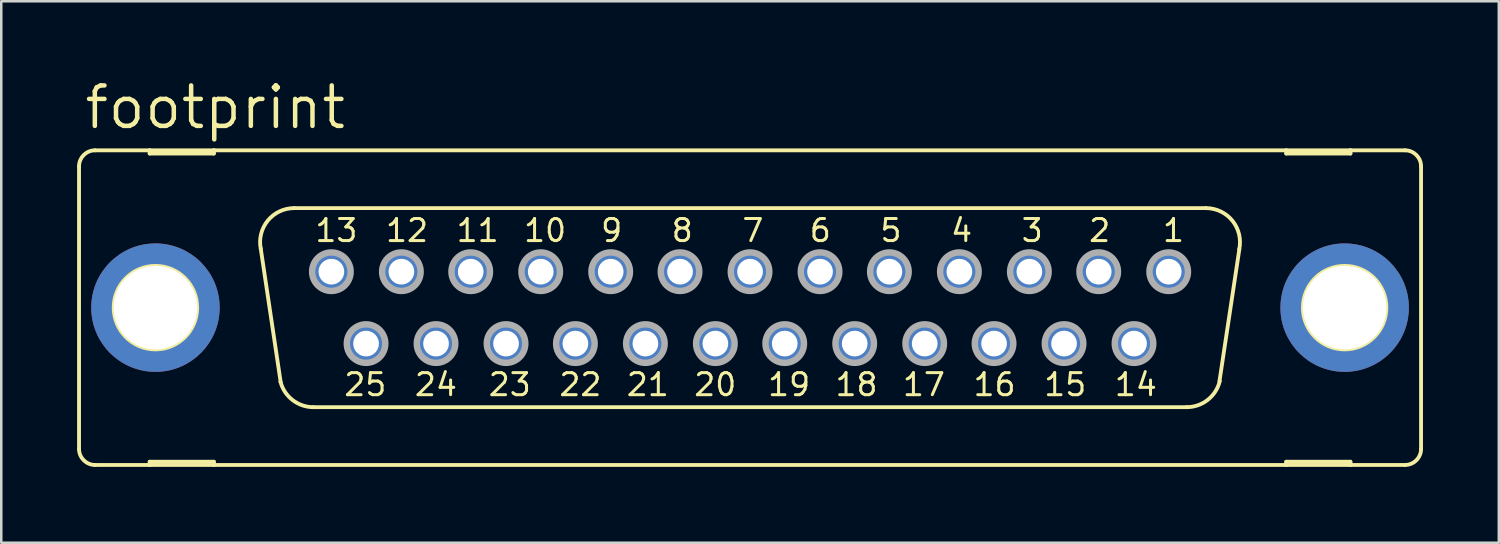
<source format=kicad_pcb>
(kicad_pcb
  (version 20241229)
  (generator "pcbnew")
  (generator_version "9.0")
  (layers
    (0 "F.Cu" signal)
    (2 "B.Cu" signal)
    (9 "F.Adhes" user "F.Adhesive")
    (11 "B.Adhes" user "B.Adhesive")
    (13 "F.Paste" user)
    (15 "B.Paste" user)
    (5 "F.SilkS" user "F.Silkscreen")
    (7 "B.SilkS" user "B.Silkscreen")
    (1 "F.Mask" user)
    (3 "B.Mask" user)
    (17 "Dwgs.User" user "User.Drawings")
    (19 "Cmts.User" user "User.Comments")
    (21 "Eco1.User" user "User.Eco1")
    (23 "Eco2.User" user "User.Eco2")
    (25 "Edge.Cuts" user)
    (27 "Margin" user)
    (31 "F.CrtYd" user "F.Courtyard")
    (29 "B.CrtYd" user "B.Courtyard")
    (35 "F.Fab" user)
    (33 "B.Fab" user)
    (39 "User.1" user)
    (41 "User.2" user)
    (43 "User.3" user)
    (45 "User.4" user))
  (footprint "footprint"
    (layer "F.Cu")
    (at 26.619 9.119)
    (property "Reference" "footprint" (at -26.416 -6.985 0) (layer "F.SilkS") (effects (font (size 1.6 1.6) (thickness 0.178)) (justify left bottom)))
    (fp_line (start -26.543 -5.588) (end -26.543 5.588) (stroke (width 0.152) (type solid)) (layer "F.SilkS"))
    (fp_line (start -25.908 6.223) (end -23.749 6.223) (stroke (width 0.152) (type solid)) (layer "F.SilkS"))
    (fp_line (start -23.749 -6.223) (end -25.908 -6.223) (stroke (width 0.152) (type solid)) (layer "F.SilkS"))
    (fp_line (start -23.749 -6.223) (end -23.749 -6.096) (stroke (width 0.152) (type solid)) (layer "F.SilkS"))
    (fp_line (start -23.749 -6.096) (end -21.209 -6.096) (stroke (width 0.152) (type solid)) (layer "F.SilkS"))
    (fp_line (start -23.749 6.096) (end -21.209 6.096) (stroke (width 0.152) (type solid)) (layer "F.SilkS"))
    (fp_line (start -23.749 6.223) (end -23.749 6.096) (stroke (width 0.152) (type solid)) (layer "F.SilkS"))
    (fp_line (start -23.749 6.223) (end -21.209 6.223) (stroke (width 0.152) (type solid)) (layer "F.SilkS"))
    (fp_line (start -21.209 -6.223) (end -23.749 -6.223) (stroke (width 0.152) (type solid)) (layer "F.SilkS"))
    (fp_line (start -21.209 -6.096) (end -21.209 -6.223) (stroke (width 0.152) (type solid)) (layer "F.SilkS"))
    (fp_line (start -21.209 6.096) (end -21.209 6.223) (stroke (width 0.152) (type solid)) (layer "F.SilkS"))
    (fp_line (start -21.209 6.223) (end 21.209 6.223) (stroke (width 0.152) (type solid)) (layer "F.SilkS"))
    (fp_line (start -18.567 2.946) (end -19.355 -2.337) (stroke (width 0.152) (type solid)) (layer "F.SilkS"))
    (fp_line (start -18.034 -3.937) (end 18.034 -3.937) (stroke (width 0.152) (type solid)) (layer "F.SilkS"))
    (fp_line (start -17.272 3.937) (end 17.272 3.937) (stroke (width 0.152) (type solid)) (layer "F.SilkS"))
    (fp_line (start 19.355 -2.311) (end 18.567 2.921) (stroke (width 0.152) (type solid)) (layer "F.SilkS"))
    (fp_line (start 21.209 -6.223) (end -21.209 -6.223) (stroke (width 0.152) (type solid)) (layer "F.SilkS"))
    (fp_line (start 21.209 -6.223) (end 21.209 -6.096) (stroke (width 0.152) (type solid)) (layer "F.SilkS"))
    (fp_line (start 21.209 -6.096) (end 23.749 -6.096) (stroke (width 0.152) (type solid)) (layer "F.SilkS"))
    (fp_line (start 21.209 6.096) (end 23.749 6.096) (stroke (width 0.152) (type solid)) (layer "F.SilkS"))
    (fp_line (start 21.209 6.223) (end 21.209 6.096) (stroke (width 0.152) (type solid)) (layer "F.SilkS"))
    (fp_line (start 21.209 6.223) (end 23.749 6.223) (stroke (width 0.152) (type solid)) (layer "F.SilkS"))
    (fp_line (start 23.749 -6.223) (end 21.209 -6.223) (stroke (width 0.152) (type solid)) (layer "F.SilkS"))
    (fp_line (start 23.749 -6.096) (end 23.749 -6.223) (stroke (width 0.152) (type solid)) (layer "F.SilkS"))
    (fp_line (start 23.749 6.096) (end 23.749 6.223) (stroke (width 0.152) (type solid)) (layer "F.SilkS"))
    (fp_line (start 23.749 6.223) (end 25.908 6.223) (stroke (width 0.152) (type solid)) (layer "F.SilkS"))
    (fp_line (start 25.908 -6.223) (end 23.749 -6.223) (stroke (width 0.152) (type solid)) (layer "F.SilkS"))
    (fp_line (start 26.543 -5.588) (end 26.543 5.588) (stroke (width 0.152) (type solid)) (layer "F.SilkS"))
    (fp_arc (start -26.543 -5.588) (mid -26.357013 -6.037013) (end -25.908 -6.223) (stroke (width 0.1524) (type solid)) (layer "F.SilkS"))
    (fp_arc (start -25.908 6.223) (mid -26.357013 6.037013) (end -26.543 5.588) (stroke (width 0.1524) (type solid)) (layer "F.SilkS"))
    (fp_arc (start -19.3541 -2.3268) (mid -19.075082 -3.444284) (end -18.034 -3.937) (stroke (width 0.1524) (type solid)) (layer "F.SilkS"))
    (fp_arc (start -17.272 3.937) (mid -18.0955 3.655745) (end -18.5749 2.9295) (stroke (width 0.1524) (type solid)) (layer "F.SilkS"))
    (fp_arc (start 18.034 -3.937) (mid 19.082557 -3.435183) (end 19.349499 -2.303798) (stroke (width 0.1524) (type solid)) (layer "F.SilkS"))
    (fp_arc (start 18.580701 2.904999) (mid 18.105257 3.647874) (end 17.272 3.937) (stroke (width 0.1524) (type solid)) (layer "F.SilkS"))
    (fp_arc (start 25.908 -6.223) (mid 26.357013 -6.037013) (end 26.543 -5.588) (stroke (width 0.1524) (type solid)) (layer "F.SilkS"))
    (fp_arc (start 26.543 5.588) (mid 26.357013 6.037013) (end 25.908 6.223) (stroke (width 0.1524) (type solid)) (layer "F.SilkS"))
    (fp_circle (center -23.52 0) (end -21.869 0) (stroke (width 0.152) (type solid)) (fill no) (layer "F.SilkS"))
    (fp_circle (center 23.52 0) (end 25.171 0) (stroke (width 0.152) (type solid)) (fill no) (layer "F.SilkS"))
    (fp_circle (center -16.561 -1.422) (end -15.799 -1.422) (stroke (width 0.254) (type solid)) (fill no) (layer "F.Fab"))
    (fp_circle (center -15.189 1.422) (end -14.427 1.422) (stroke (width 0.254) (type solid)) (fill no) (layer "F.Fab"))
    (fp_circle (center -13.792 -1.422) (end -13.03 -1.422) (stroke (width 0.254) (type solid)) (fill no) (layer "F.Fab"))
    (fp_circle (center -12.421 1.422) (end -11.659 1.422) (stroke (width 0.254) (type solid)) (fill no) (layer "F.Fab"))
    (fp_circle (center -11.049 -1.422) (end -10.287 -1.422) (stroke (width 0.254) (type solid)) (fill no) (layer "F.Fab"))
    (fp_circle (center -9.652 1.422) (end -8.89 1.422) (stroke (width 0.254) (type solid)) (fill no) (layer "F.Fab"))
    (fp_circle (center -8.28 -1.422) (end -7.518 -1.422) (stroke (width 0.254) (type solid)) (fill no) (layer "F.Fab"))
    (fp_circle (center -6.909 1.422) (end -6.147 1.422) (stroke (width 0.254) (type solid)) (fill no) (layer "F.Fab"))
    (fp_circle (center -5.512 -1.422) (end -4.75 -1.422) (stroke (width 0.254) (type solid)) (fill no) (layer "F.Fab"))
    (fp_circle (center -4.14 1.422) (end -3.378 1.422) (stroke (width 0.254) (type solid)) (fill no) (layer "F.Fab"))
    (fp_circle (center -2.769 -1.422) (end -2.007 -1.422) (stroke (width 0.254) (type solid)) (fill no) (layer "F.Fab"))
    (fp_circle (center -1.372 1.422) (end -0.61 1.422) (stroke (width 0.254) (type solid)) (fill no) (layer "F.Fab"))
    (fp_circle (center 0 -1.422) (end 0.762 -1.422) (stroke (width 0.254) (type solid)) (fill no) (layer "F.Fab"))
    (fp_circle (center 1.372 1.422) (end 2.134 1.422) (stroke (width 0.254) (type solid)) (fill no) (layer "F.Fab"))
    (fp_circle (center 2.769 -1.422) (end 3.531 -1.422) (stroke (width 0.254) (type solid)) (fill no) (layer "F.Fab"))
    (fp_circle (center 4.14 1.422) (end 4.902 1.422) (stroke (width 0.254) (type solid)) (fill no) (layer "F.Fab"))
    (fp_circle (center 5.512 -1.422) (end 6.274 -1.422) (stroke (width 0.254) (type solid)) (fill no) (layer "F.Fab"))
    (fp_circle (center 6.909 1.422) (end 7.671 1.422) (stroke (width 0.254) (type solid)) (fill no) (layer "F.Fab"))
    (fp_circle (center 8.28 -1.422) (end 9.042 -1.422) (stroke (width 0.254) (type solid)) (fill no) (layer "F.Fab"))
    (fp_circle (center 9.652 1.422) (end 10.414 1.422) (stroke (width 0.254) (type solid)) (fill no) (layer "F.Fab"))
    (fp_circle (center 11.049 -1.422) (end 11.811 -1.422) (stroke (width 0.254) (type solid)) (fill no) (layer "F.Fab"))
    (fp_circle (center 12.421 1.422) (end 13.183 1.422) (stroke (width 0.254) (type solid)) (fill no) (layer "F.Fab"))
    (fp_circle (center 13.792 -1.422) (end 14.554 -1.422) (stroke (width 0.254) (type solid)) (fill no) (layer "F.Fab"))
    (fp_circle (center 15.189 1.422) (end 15.951 1.422) (stroke (width 0.254) (type solid)) (fill no) (layer "F.Fab"))
    (fp_circle (center 16.561 -1.422) (end 17.323 -1.422) (stroke (width 0.254) (type solid)) (fill no) (layer "F.Fab"))
    (fp_text user "5" (at 5.08 -2.54 0) (layer "F.SilkS") (effects (font (size 0.872 0.872) (thickness 0.119)) (justify left bottom)))
    (fp_text user "13" (at -17.272 -2.54 0) (layer "F.SilkS") (effects (font (size 0.872 0.872) (thickness 0.119)) (justify left bottom)))
    (fp_text user "9" (at -5.969 -2.54 0) (layer "F.SilkS") (effects (font (size 0.872 0.872) (thickness 0.119)) (justify left bottom)))
    (fp_text user "21" (at -4.953 3.556 0) (layer "F.SilkS") (effects (font (size 0.872 0.872) (thickness 0.119)) (justify left bottom)))
    (fp_text user "8" (at -3.175 -2.54 0) (layer "F.SilkS") (effects (font (size 0.872 0.872) (thickness 0.119)) (justify left bottom)))
    (fp_text user "16" (at 8.763 3.556 0) (layer "F.SilkS") (effects (font (size 0.872 0.872) (thickness 0.119)) (justify left bottom)))
    (fp_text user "19" (at 0.635 3.556 0) (layer "F.SilkS") (effects (font (size 0.872 0.872) (thickness 0.119)) (justify left bottom)))
    (fp_text user "15" (at 11.557 3.556 0) (layer "F.SilkS") (effects (font (size 0.872 0.872) (thickness 0.119)) (justify left bottom)))
    (fp_text user "1" (at 16.256 -2.54 0) (layer "F.SilkS") (effects (font (size 0.872 0.872) (thickness 0.119)) (justify left bottom)))
    (fp_text user "20" (at -2.286 3.556 0) (layer "F.SilkS") (effects (font (size 0.872 0.872) (thickness 0.119)) (justify left bottom)))
    (fp_text user "12" (at -14.478 -2.54 0) (layer "F.SilkS") (effects (font (size 0.872 0.872) (thickness 0.119)) (justify left bottom)))
    (fp_text user "2" (at 13.335 -2.54 0) (layer "F.SilkS") (effects (font (size 0.872 0.872) (thickness 0.119)) (justify left bottom)))
    (fp_text user "24" (at -13.335 3.556 0) (layer "F.SilkS") (effects (font (size 0.872 0.872) (thickness 0.119)) (justify left bottom)))
    (fp_text user "4" (at 7.874 -2.54 0) (layer "F.SilkS") (effects (font (size 0.872 0.872) (thickness 0.119)) (justify left bottom)))
    (fp_text user "6" (at 2.286 -2.54 0) (layer "F.SilkS") (effects (font (size 0.872 0.872) (thickness 0.119)) (justify left bottom)))
    (fp_text user "11" (at -11.684 -2.54 0) (layer "F.SilkS") (effects (font (size 0.872 0.872) (thickness 0.119)) (justify left bottom)))
    (fp_text user "7" (at -0.381 -2.54 0) (layer "F.SilkS") (effects (font (size 0.872 0.872) (thickness 0.119)) (justify left bottom)))
    (fp_text user "17" (at 5.969 3.556 0) (layer "F.SilkS") (effects (font (size 0.872 0.872) (thickness 0.119)) (justify left bottom)))
    (fp_text user "14" (at 14.351 3.556 0) (layer "F.SilkS") (effects (font (size 0.872 0.872) (thickness 0.119)) (justify left bottom)))
    (fp_text user "10" (at -9.017 -2.54 0) (layer "F.SilkS") (effects (font (size 0.872 0.872) (thickness 0.119)) (justify left bottom)))
    (fp_text user "22" (at -7.62 3.556 0) (layer "F.SilkS") (effects (font (size 0.872 0.872) (thickness 0.119)) (justify left bottom)))
    (fp_text user "18" (at 3.302 3.556 0) (layer "F.SilkS") (effects (font (size 0.872 0.872) (thickness 0.119)) (justify left bottom)))
    (fp_text user "3" (at 10.668 -2.54 0) (layer "F.SilkS") (effects (font (size 0.872 0.872) (thickness 0.119)) (justify left bottom)))
    (fp_text user "23" (at -10.414 3.556 0) (layer "F.SilkS") (effects (font (size 0.872 0.872) (thickness 0.119)) (justify left bottom)))
    (fp_text user "25" (at -16.129 3.556 0) (layer "F.SilkS") (effects (font (size 0.872 0.872) (thickness 0.119)) (justify left bottom)))
    (pad "1" thru_hole roundrect (at 16.561 -1.422) (size 1.524 1.524) (drill 1.016) (layers "*.Cu" "*.Mask") (roundrect_rratio 0.25) (chamfer_ratio 0.25) (chamfer top_left top_right bottom_left bottom_right))
    (pad "2" thru_hole roundrect (at 13.792 -1.422) (size 1.524 1.524) (drill 1.016) (layers "*.Cu" "*.Mask") (roundrect_rratio 0.25) (chamfer_ratio 0.25) (chamfer top_left top_right bottom_left bottom_right))
    (pad "3" thru_hole roundrect (at 11.049 -1.422) (size 1.524 1.524) (drill 1.016) (layers "*.Cu" "*.Mask") (roundrect_rratio 0.25) (chamfer_ratio 0.25) (chamfer top_left top_right bottom_left bottom_right))
    (pad "4" thru_hole roundrect (at 8.28 -1.422) (size 1.524 1.524) (drill 1.016) (layers "*.Cu" "*.Mask") (roundrect_rratio 0.25) (chamfer_ratio 0.25) (chamfer top_left top_right bottom_left bottom_right))
    (pad "5" thru_hole roundrect (at 5.512 -1.422) (size 1.524 1.524) (drill 1.016) (layers "*.Cu" "*.Mask") (roundrect_rratio 0.25) (chamfer_ratio 0.25) (chamfer top_left top_right bottom_left bottom_right))
    (pad "6" thru_hole roundrect (at 2.769 -1.422) (size 1.524 1.524) (drill 1.016) (layers "*.Cu" "*.Mask") (roundrect_rratio 0.25) (chamfer_ratio 0.25) (chamfer top_left top_right bottom_left bottom_right))
    (pad "7" thru_hole roundrect (at 0 -1.422) (size 1.524 1.524) (drill 1.016) (layers "*.Cu" "*.Mask") (roundrect_rratio 0.25) (chamfer_ratio 0.25) (chamfer top_left top_right bottom_left bottom_right))
    (pad "8" thru_hole roundrect (at -2.769 -1.422) (size 1.524 1.524) (drill 1.016) (layers "*.Cu" "*.Mask") (roundrect_rratio 0.25) (chamfer_ratio 0.25) (chamfer top_left top_right bottom_left bottom_right))
    (pad "9" thru_hole roundrect (at -5.512 -1.422) (size 1.524 1.524) (drill 1.016) (layers "*.Cu" "*.Mask") (roundrect_rratio 0.25) (chamfer_ratio 0.25) (chamfer top_left top_right bottom_left bottom_right))
    (pad "10" thru_hole roundrect (at -8.28 -1.422) (size 1.524 1.524) (drill 1.016) (layers "*.Cu" "*.Mask") (roundrect_rratio 0.25) (chamfer_ratio 0.25) (chamfer top_left top_right bottom_left bottom_right))
    (pad "11" thru_hole roundrect (at -11.049 -1.422) (size 1.524 1.524) (drill 1.016) (layers "*.Cu" "*.Mask") (roundrect_rratio 0.25) (chamfer_ratio 0.25) (chamfer top_left top_right bottom_left bottom_right))
    (pad "12" thru_hole roundrect (at -13.792 -1.422) (size 1.524 1.524) (drill 1.016) (layers "*.Cu" "*.Mask") (roundrect_rratio 0.25) (chamfer_ratio 0.25) (chamfer top_left top_right bottom_left bottom_right))
    (pad "13" thru_hole roundrect (at -16.561 -1.422) (size 1.524 1.524) (drill 1.016) (layers "*.Cu" "*.Mask") (roundrect_rratio 0.25) (chamfer_ratio 0.25) (chamfer top_left top_right bottom_left bottom_right))
    (pad "14" thru_hole roundrect (at 15.189 1.422) (size 1.524 1.524) (drill 1.016) (layers "*.Cu" "*.Mask") (roundrect_rratio 0.25) (chamfer_ratio 0.25) (chamfer top_left top_right bottom_left bottom_right))
    (pad "15" thru_hole roundrect (at 12.421 1.422) (size 1.524 1.524) (drill 1.016) (layers "*.Cu" "*.Mask") (roundrect_rratio 0.25) (chamfer_ratio 0.25) (chamfer top_left top_right bottom_left bottom_right))
    (pad "16" thru_hole roundrect (at 9.652 1.422) (size 1.524 1.524) (drill 1.016) (layers "*.Cu" "*.Mask") (roundrect_rratio 0.25) (chamfer_ratio 0.25) (chamfer top_left top_right bottom_left bottom_right))
    (pad "17" thru_hole roundrect (at 6.909 1.422) (size 1.524 1.524) (drill 1.016) (layers "*.Cu" "*.Mask") (roundrect_rratio 0.25) (chamfer_ratio 0.25) (chamfer top_left top_right bottom_left bottom_right))
    (pad "18" thru_hole roundrect (at 4.14 1.422) (size 1.524 1.524) (drill 1.016) (layers "*.Cu" "*.Mask") (roundrect_rratio 0.25) (chamfer_ratio 0.25) (chamfer top_left top_right bottom_left bottom_right))
    (pad "19" thru_hole roundrect (at 1.372 1.422) (size 1.524 1.524) (drill 1.016) (layers "*.Cu" "*.Mask") (roundrect_rratio 0.25) (chamfer_ratio 0.25) (chamfer top_left top_right bottom_left bottom_right))
    (pad "20" thru_hole roundrect (at -1.372 1.422) (size 1.524 1.524) (drill 1.016) (layers "*.Cu" "*.Mask") (roundrect_rratio 0.25) (chamfer_ratio 0.25) (chamfer top_left top_right bottom_left bottom_right))
    (pad "21" thru_hole roundrect (at -4.14 1.422) (size 1.524 1.524) (drill 1.016) (layers "*.Cu" "*.Mask") (roundrect_rratio 0.25) (chamfer_ratio 0.25) (chamfer top_left top_right bottom_left bottom_right))
    (pad "22" thru_hole roundrect (at -6.909 1.422) (size 1.524 1.524) (drill 1.016) (layers "*.Cu" "*.Mask") (roundrect_rratio 0.25) (chamfer_ratio 0.25) (chamfer top_left top_right bottom_left bottom_right))
    (pad "23" thru_hole roundrect (at -9.652 1.422) (size 1.524 1.524) (drill 1.016) (layers "*.Cu" "*.Mask") (roundrect_rratio 0.25) (chamfer_ratio 0.25) (chamfer top_left top_right bottom_left bottom_right))
    (pad "24" thru_hole roundrect (at -12.421 1.422) (size 1.524 1.524) (drill 1.016) (layers "*.Cu" "*.Mask") (roundrect_rratio 0.25) (chamfer_ratio 0.25) (chamfer top_left top_right bottom_left bottom_right))
    (pad "25" thru_hole roundrect (at -15.189 1.422) (size 1.524 1.524) (drill 1.016) (layers "*.Cu" "*.Mask") (roundrect_rratio 0.25) (chamfer_ratio 0.25) (chamfer top_left top_right bottom_left bottom_right))
    (pad "G1" thru_hole circle (at -23.52 0) (size 5.08 5.08) (drill 3.302) (layers "*.Cu" "*.Mask"))
    (pad "G2" thru_hole circle (at 23.52 0) (size 5.08 5.08) (drill 3.302) (layers "*.Cu" "*.Mask")))
  (gr_rect
    (start -3 -3)
    (end 56.238 18.418)
    (stroke (width 0.1) (type default))
    (fill no)
    (layer "Edge.Cuts")))
</source>
